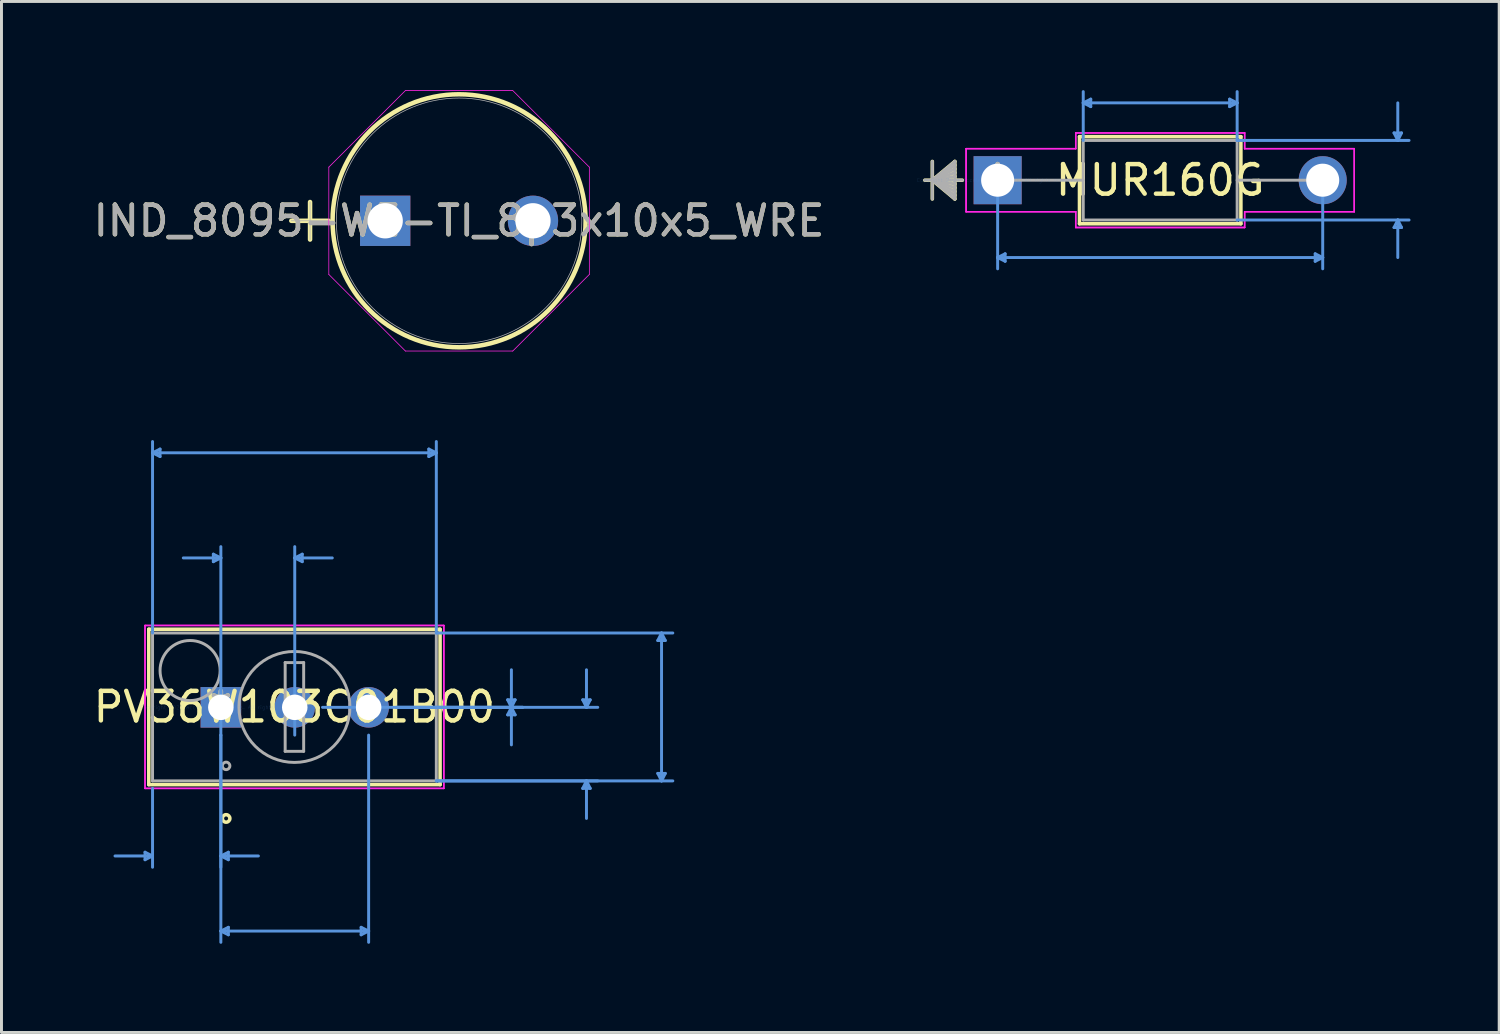
<source format=kicad_pcb>
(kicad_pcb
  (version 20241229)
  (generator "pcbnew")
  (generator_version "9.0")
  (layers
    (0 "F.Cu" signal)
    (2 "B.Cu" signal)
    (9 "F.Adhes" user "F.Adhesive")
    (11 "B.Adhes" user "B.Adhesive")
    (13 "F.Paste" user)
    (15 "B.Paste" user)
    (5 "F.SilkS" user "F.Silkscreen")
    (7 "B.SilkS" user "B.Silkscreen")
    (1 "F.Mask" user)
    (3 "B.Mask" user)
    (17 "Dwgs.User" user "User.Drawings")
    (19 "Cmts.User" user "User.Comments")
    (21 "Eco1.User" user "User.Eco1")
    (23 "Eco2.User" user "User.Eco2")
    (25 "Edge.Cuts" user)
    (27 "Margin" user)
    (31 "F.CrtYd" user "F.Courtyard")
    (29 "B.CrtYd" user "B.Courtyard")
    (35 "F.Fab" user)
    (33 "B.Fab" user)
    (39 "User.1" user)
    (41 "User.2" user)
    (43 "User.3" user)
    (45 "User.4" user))
  (footprint "PV36W103C01B00"
    (layer "F.Cu")
    (at 4.422 20.881)
    (property "Reference" "PV36W103C01B00" (at 2.489 -0.013 0) (layer "F.SilkS") (effects (font (size 1 1) (thickness 0.15))))
    (attr through_hole)
    (fp_line (start -2.438 -2.642) (end -2.438 2.616) (stroke (width 0.12) (type solid)) (layer "F.SilkS"))
    (fp_line (start -2.438 2.616) (end 7.417 2.616) (stroke (width 0.12) (type solid)) (layer "F.SilkS"))
    (fp_line (start 7.417 -2.642) (end -2.438 -2.642) (stroke (width 0.12) (type solid)) (layer "F.SilkS"))
    (fp_line (start 7.417 2.616) (end 7.417 -2.642) (stroke (width 0.12) (type solid)) (layer "F.SilkS"))
    (fp_circle (center 0.178 3.759) (end 0.305 3.759) (stroke (width 0.12) (type solid)) (fill no) (layer "F.SilkS"))
    (fp_line (start -2.565 4.902) (end -2.565 5.156) (stroke (width 0.1) (type solid)) (layer "Cmts.User"))
    (fp_line (start -2.311 -8.611) (end -2.057 -8.738) (stroke (width 0.1) (type solid)) (layer "Cmts.User"))
    (fp_line (start -2.311 -8.611) (end -2.057 -8.484) (stroke (width 0.1) (type solid)) (layer "Cmts.User"))
    (fp_line (start -2.311 -8.611) (end 7.29 -8.611) (stroke (width 0.1) (type solid)) (layer "Cmts.User"))
    (fp_line (start -2.311 -2.515) (end -2.311 -8.992) (stroke (width 0.1) (type solid)) (layer "Cmts.User"))
    (fp_line (start -2.311 2.743) (end -2.311 5.41) (stroke (width 0.1) (type solid)) (layer "Cmts.User"))
    (fp_line (start -2.311 5.029) (end -3.581 5.029) (stroke (width 0.1) (type solid)) (layer "Cmts.User"))
    (fp_line (start -2.311 5.029) (end -2.565 4.902) (stroke (width 0.1) (type solid)) (layer "Cmts.User"))
    (fp_line (start -2.311 5.029) (end -2.565 5.156) (stroke (width 0.1) (type solid)) (layer "Cmts.User"))
    (fp_line (start -2.057 -8.738) (end -2.057 -8.484) (stroke (width 0.1) (type solid)) (layer "Cmts.User"))
    (fp_line (start -0.254 -5.182) (end -0.254 -4.928) (stroke (width 0.1) (type solid)) (layer "Cmts.User"))
    (fp_line (start 0 -5.055) (end -1.27 -5.055) (stroke (width 0.1) (type solid)) (layer "Cmts.User"))
    (fp_line (start 0 -5.055) (end -0.254 -5.182) (stroke (width 0.1) (type solid)) (layer "Cmts.User"))
    (fp_line (start 0 -5.055) (end -0.254 -4.928) (stroke (width 0.1) (type solid)) (layer "Cmts.User"))
    (fp_line (start 0 0.94) (end 0 -5.436) (stroke (width 0.1) (type solid)) (layer "Cmts.User"))
    (fp_line (start 0 0.94) (end 0 5.41) (stroke (width 0.1) (type solid)) (layer "Cmts.User"))
    (fp_line (start 0 0.94) (end 0 7.95) (stroke (width 0.1) (type solid)) (layer "Cmts.User"))
    (fp_line (start 0 5.029) (end 0.254 4.902) (stroke (width 0.1) (type solid)) (layer "Cmts.User"))
    (fp_line (start 0 5.029) (end 0.254 5.156) (stroke (width 0.1) (type solid)) (layer "Cmts.User"))
    (fp_line (start 0 5.029) (end 1.27 5.029) (stroke (width 0.1) (type solid)) (layer "Cmts.User"))
    (fp_line (start 0 7.569) (end 0.254 7.442) (stroke (width 0.1) (type solid)) (layer "Cmts.User"))
    (fp_line (start 0 7.569) (end 0.254 7.696) (stroke (width 0.1) (type solid)) (layer "Cmts.User"))
    (fp_line (start 0 7.569) (end 5 7.569) (stroke (width 0.1) (type solid)) (layer "Cmts.User"))
    (fp_line (start 0.254 4.902) (end 0.254 5.156) (stroke (width 0.1) (type solid)) (layer "Cmts.User"))
    (fp_line (start 0.254 7.442) (end 0.254 7.696) (stroke (width 0.1) (type solid)) (layer "Cmts.User"))
    (fp_line (start 2.5 -5.055) (end 2.754 -5.182) (stroke (width 0.1) (type solid)) (layer "Cmts.User"))
    (fp_line (start 2.5 -5.055) (end 2.754 -4.928) (stroke (width 0.1) (type solid)) (layer "Cmts.User"))
    (fp_line (start 2.5 -5.055) (end 3.77 -5.055) (stroke (width 0.1) (type solid)) (layer "Cmts.User"))
    (fp_line (start 2.5 0.94) (end 2.5 -5.436) (stroke (width 0.1) (type solid)) (layer "Cmts.User"))
    (fp_line (start 2.754 -5.182) (end 2.754 -4.928) (stroke (width 0.1) (type solid)) (layer "Cmts.User"))
    (fp_line (start 3.44 0) (end 10.211 0) (stroke (width 0.1) (type solid)) (layer "Cmts.User"))
    (fp_line (start 4.746 7.442) (end 4.746 7.696) (stroke (width 0.1) (type solid)) (layer "Cmts.User"))
    (fp_line (start 5 0.94) (end 5 7.95) (stroke (width 0.1) (type solid)) (layer "Cmts.User"))
    (fp_line (start 5 7.569) (end 4.746 7.442) (stroke (width 0.1) (type solid)) (layer "Cmts.User"))
    (fp_line (start 5 7.569) (end 4.746 7.696) (stroke (width 0.1) (type solid)) (layer "Cmts.User"))
    (fp_line (start 5.94 0) (end 10.211 0) (stroke (width 0.1) (type solid)) (layer "Cmts.User"))
    (fp_line (start 5.94 0) (end 12.751 0) (stroke (width 0.1) (type solid)) (layer "Cmts.User"))
    (fp_line (start 7.036 -8.738) (end 7.036 -8.484) (stroke (width 0.1) (type solid)) (layer "Cmts.User"))
    (fp_line (start 7.29 -8.611) (end 7.036 -8.738) (stroke (width 0.1) (type solid)) (layer "Cmts.User"))
    (fp_line (start 7.29 -8.611) (end 7.036 -8.484) (stroke (width 0.1) (type solid)) (layer "Cmts.User"))
    (fp_line (start 7.29 -2.515) (end 7.29 -8.992) (stroke (width 0.1) (type solid)) (layer "Cmts.User"))
    (fp_line (start 7.29 -2.515) (end 15.291 -2.515) (stroke (width 0.1) (type solid)) (layer "Cmts.User"))
    (fp_line (start 7.29 2.489) (end 12.751 2.489) (stroke (width 0.1) (type solid)) (layer "Cmts.User"))
    (fp_line (start 7.29 2.489) (end 15.291 2.489) (stroke (width 0.1) (type solid)) (layer "Cmts.User"))
    (fp_line (start 9.703 -0.254) (end 9.957 -0.254) (stroke (width 0.1) (type solid)) (layer "Cmts.User"))
    (fp_line (start 9.703 0.254) (end 9.957 0.254) (stroke (width 0.1) (type solid)) (layer "Cmts.User"))
    (fp_line (start 9.83 0) (end 9.703 -0.254) (stroke (width 0.1) (type solid)) (layer "Cmts.User"))
    (fp_line (start 9.83 0) (end 9.703 0.254) (stroke (width 0.1) (type solid)) (layer "Cmts.User"))
    (fp_line (start 9.83 0) (end 9.83 -1.27) (stroke (width 0.1) (type solid)) (layer "Cmts.User"))
    (fp_line (start 9.83 0) (end 9.83 1.27) (stroke (width 0.1) (type solid)) (layer "Cmts.User"))
    (fp_line (start 9.83 0) (end 9.957 -0.254) (stroke (width 0.1) (type solid)) (layer "Cmts.User"))
    (fp_line (start 9.83 0) (end 9.957 0.254) (stroke (width 0.1) (type solid)) (layer "Cmts.User"))
    (fp_line (start 12.243 -0.254) (end 12.497 -0.254) (stroke (width 0.1) (type solid)) (layer "Cmts.User"))
    (fp_line (start 12.243 2.743) (end 12.497 2.743) (stroke (width 0.1) (type solid)) (layer "Cmts.User"))
    (fp_line (start 12.37 0) (end 12.243 -0.254) (stroke (width 0.1) (type solid)) (layer "Cmts.User"))
    (fp_line (start 12.37 0) (end 12.37 -1.27) (stroke (width 0.1) (type solid)) (layer "Cmts.User"))
    (fp_line (start 12.37 0) (end 12.497 -0.254) (stroke (width 0.1) (type solid)) (layer "Cmts.User"))
    (fp_line (start 12.37 2.489) (end 12.243 2.743) (stroke (width 0.1) (type solid)) (layer "Cmts.User"))
    (fp_line (start 12.37 2.489) (end 12.37 3.759) (stroke (width 0.1) (type solid)) (layer "Cmts.User"))
    (fp_line (start 12.37 2.489) (end 12.497 2.743) (stroke (width 0.1) (type solid)) (layer "Cmts.User"))
    (fp_line (start 14.783 -2.261) (end 15.037 -2.261) (stroke (width 0.1) (type solid)) (layer "Cmts.User"))
    (fp_line (start 14.783 2.235) (end 15.037 2.235) (stroke (width 0.1) (type solid)) (layer "Cmts.User"))
    (fp_line (start 14.91 -2.515) (end 14.783 -2.261) (stroke (width 0.1) (type solid)) (layer "Cmts.User"))
    (fp_line (start 14.91 -2.515) (end 14.91 2.489) (stroke (width 0.1) (type solid)) (layer "Cmts.User"))
    (fp_line (start 14.91 -2.515) (end 15.037 -2.261) (stroke (width 0.1) (type solid)) (layer "Cmts.User"))
    (fp_line (start 14.91 2.489) (end 14.783 2.235) (stroke (width 0.1) (type solid)) (layer "Cmts.User"))
    (fp_line (start 14.91 2.489) (end 15.037 2.235) (stroke (width 0.1) (type solid)) (layer "Cmts.User"))
    (fp_line (start -2.565 -2.769) (end 7.544 -2.769) (stroke (width 0.05) (type solid)) (layer "F.CrtYd"))
    (fp_line (start -2.565 -2.769) (end 7.544 -2.769) (stroke (width 0.05) (type solid)) (layer "F.CrtYd"))
    (fp_line (start -2.565 2.743) (end -2.565 -2.769) (stroke (width 0.05) (type solid)) (layer "F.CrtYd"))
    (fp_line (start -2.565 2.743) (end -2.565 -2.769) (stroke (width 0.05) (type solid)) (layer "F.CrtYd"))
    (fp_line (start 7.544 -2.769) (end 7.544 2.743) (stroke (width 0.05) (type solid)) (layer "F.CrtYd"))
    (fp_line (start 7.544 -2.769) (end 7.544 2.743) (stroke (width 0.05) (type solid)) (layer "F.CrtYd"))
    (fp_line (start 7.544 2.743) (end -2.565 2.743) (stroke (width 0.05) (type solid)) (layer "F.CrtYd"))
    (fp_line (start 7.544 2.743) (end -2.565 2.743) (stroke (width 0.05) (type solid)) (layer "F.CrtYd"))
    (fp_line (start -2.311 -2.515) (end -2.311 2.489) (stroke (width 0.1) (type solid)) (layer "F.Fab"))
    (fp_line (start -2.311 2.489) (end 7.29 2.489) (stroke (width 0.1) (type solid)) (layer "F.Fab"))
    (fp_line (start 2.176 -1.514) (end 2.176 1.488) (stroke (width 0.1) (type solid)) (layer "F.Fab"))
    (fp_line (start 2.176 -1.514) (end 2.802 -1.514) (stroke (width 0.1) (type solid)) (layer "F.Fab"))
    (fp_line (start 2.176 1.488) (end 2.802 1.488) (stroke (width 0.1) (type solid)) (layer "F.Fab"))
    (fp_line (start 2.802 -1.514) (end 2.802 1.488) (stroke (width 0.1) (type solid)) (layer "F.Fab"))
    (fp_line (start 7.29 -2.515) (end -2.311 -2.515) (stroke (width 0.1) (type solid)) (layer "F.Fab"))
    (fp_line (start 7.29 2.489) (end 7.29 -2.515) (stroke (width 0.1) (type solid)) (layer "F.Fab"))
    (fp_circle (center -1.041 -1.245) (end -0.025 -1.245) (stroke (width 0.1) (type solid)) (fill no) (layer "F.Fab"))
    (fp_circle (center 0.178 1.981) (end 0.305 1.981) (stroke (width 0.1) (type solid)) (fill no) (layer "F.Fab"))
    (fp_circle (center 2.489 -0.013) (end 4.366 -0.013) (stroke (width 0.1) (type solid)) (fill no) (layer "F.Fab"))
    (fp_text user "*" (at 0 0 0) (layer "F.SilkS") (effects (font (size 1 1) (thickness 0.15))))
    (fp_text user "Copyright 2021 Accelerated Designs. All rights reserved." (at 0 0 0) (layer "Cmts.User") (effects (font (size 0.127 0.127) (thickness 0.002))))
    (fp_text user "*" (at 0 0 0) (layer "F.Fab") (effects (font (size 1 1) (thickness 0.15))))
    (pad "1" thru_hole rect (at 0 0) (size 1.372 1.372) (drill 0.864) (layers "*.Cu" "*.Mask"))
    (pad "2" thru_hole circle (at 2.5 0) (size 1.372 1.372) (drill 0.864) (layers "*.Cu" "*.Mask"))
    (pad "3" thru_hole circle (at 5 0) (size 1.372 1.372) (drill 0.864) (layers "*.Cu" "*.Mask")))
  (footprint "MUR160G"
    (layer "F.Cu")
    (at 30.703 3.047)
    (property "Reference" "MUR160G" (at 5.499 0 0) (layer "F.SilkS") (effects (font (size 1 1) (thickness 0.15))))
    (attr through_hole)
    (fp_line (start -2.21 -0.635) (end -2.21 0.635) (stroke (width 0.12) (type solid)) (layer "F.SilkS"))
    (fp_line (start -2.21 0) (end -1.448 -0.635) (stroke (width 0.12) (type solid)) (layer "F.SilkS"))
    (fp_line (start -2.21 0) (end -1.448 -0.508) (stroke (width 0.12) (type solid)) (layer "F.SilkS"))
    (fp_line (start -2.21 0) (end -1.448 -0.381) (stroke (width 0.12) (type solid)) (layer "F.SilkS"))
    (fp_line (start -2.21 0) (end -1.448 -0.254) (stroke (width 0.12) (type solid)) (layer "F.SilkS"))
    (fp_line (start -2.21 0) (end -1.448 -0.127) (stroke (width 0.12) (type solid)) (layer "F.SilkS"))
    (fp_line (start -2.21 0) (end -1.448 0.127) (stroke (width 0.12) (type solid)) (layer "F.SilkS"))
    (fp_line (start -2.21 0) (end -1.448 0.254) (stroke (width 0.12) (type solid)) (layer "F.SilkS"))
    (fp_line (start -2.21 0) (end -1.448 0.381) (stroke (width 0.12) (type solid)) (layer "F.SilkS"))
    (fp_line (start -2.21 0) (end -1.448 0.508) (stroke (width 0.12) (type solid)) (layer "F.SilkS"))
    (fp_line (start -2.21 0) (end -1.448 0.635) (stroke (width 0.12) (type solid)) (layer "F.SilkS"))
    (fp_line (start -1.448 -0.635) (end -1.448 0.635) (stroke (width 0.12) (type solid)) (layer "F.SilkS"))
    (fp_line (start -1.194 0) (end -2.464 0) (stroke (width 0.12) (type solid)) (layer "F.SilkS"))
    (fp_line (start 2.769 -1.473) (end 2.769 1.473) (stroke (width 0.12) (type solid)) (layer "F.SilkS"))
    (fp_line (start 2.769 1.473) (end 8.23 1.473) (stroke (width 0.12) (type solid)) (layer "F.SilkS"))
    (fp_line (start 8.23 -1.473) (end 2.769 -1.473) (stroke (width 0.12) (type solid)) (layer "F.SilkS"))
    (fp_line (start 8.23 1.473) (end 8.23 -1.473) (stroke (width 0.12) (type solid)) (layer "F.SilkS"))
    (fp_line (start 0 0) (end 0 2.997) (stroke (width 0.1) (type solid)) (layer "Cmts.User"))
    (fp_line (start 0 2.616) (end 0.254 2.489) (stroke (width 0.1) (type solid)) (layer "Cmts.User"))
    (fp_line (start 0 2.616) (end 0.254 2.743) (stroke (width 0.1) (type solid)) (layer "Cmts.User"))
    (fp_line (start 0 2.616) (end 10.998 2.616) (stroke (width 0.1) (type solid)) (layer "Cmts.User"))
    (fp_line (start 0.254 2.489) (end 0.254 2.743) (stroke (width 0.1) (type solid)) (layer "Cmts.User"))
    (fp_line (start 2.896 -2.616) (end 3.15 -2.743) (stroke (width 0.1) (type solid)) (layer "Cmts.User"))
    (fp_line (start 2.896 -2.616) (end 3.15 -2.489) (stroke (width 0.1) (type solid)) (layer "Cmts.User"))
    (fp_line (start 2.896 -2.616) (end 8.103 -2.616) (stroke (width 0.1) (type solid)) (layer "Cmts.User"))
    (fp_line (start 2.896 -1.346) (end 2.896 -2.997) (stroke (width 0.1) (type solid)) (layer "Cmts.User"))
    (fp_line (start 3.15 -2.743) (end 3.15 -2.489) (stroke (width 0.1) (type solid)) (layer "Cmts.User"))
    (fp_line (start 7.849 -2.743) (end 7.849 -2.489) (stroke (width 0.1) (type solid)) (layer "Cmts.User"))
    (fp_line (start 8.103 -2.616) (end 7.849 -2.743) (stroke (width 0.1) (type solid)) (layer "Cmts.User"))
    (fp_line (start 8.103 -2.616) (end 7.849 -2.489) (stroke (width 0.1) (type solid)) (layer "Cmts.User"))
    (fp_line (start 8.103 -1.346) (end 8.103 -2.997) (stroke (width 0.1) (type solid)) (layer "Cmts.User"))
    (fp_line (start 8.103 -1.346) (end 13.919 -1.346) (stroke (width 0.1) (type solid)) (layer "Cmts.User"))
    (fp_line (start 8.103 1.346) (end 13.919 1.346) (stroke (width 0.1) (type solid)) (layer "Cmts.User"))
    (fp_line (start 10.744 2.489) (end 10.744 2.743) (stroke (width 0.1) (type solid)) (layer "Cmts.User"))
    (fp_line (start 10.998 0) (end 10.998 2.997) (stroke (width 0.1) (type solid)) (layer "Cmts.User"))
    (fp_line (start 10.998 2.616) (end 10.744 2.489) (stroke (width 0.1) (type solid)) (layer "Cmts.User"))
    (fp_line (start 10.998 2.616) (end 10.744 2.743) (stroke (width 0.1) (type solid)) (layer "Cmts.User"))
    (fp_line (start 13.411 -1.6) (end 13.665 -1.6) (stroke (width 0.1) (type solid)) (layer "Cmts.User"))
    (fp_line (start 13.411 1.6) (end 13.665 1.6) (stroke (width 0.1) (type solid)) (layer "Cmts.User"))
    (fp_line (start 13.538 -1.346) (end 13.411 -1.6) (stroke (width 0.1) (type solid)) (layer "Cmts.User"))
    (fp_line (start 13.538 -1.346) (end 13.538 -2.616) (stroke (width 0.1) (type solid)) (layer "Cmts.User"))
    (fp_line (start 13.538 -1.346) (end 13.665 -1.6) (stroke (width 0.1) (type solid)) (layer "Cmts.User"))
    (fp_line (start 13.538 1.346) (end 13.411 1.6) (stroke (width 0.1) (type solid)) (layer "Cmts.User"))
    (fp_line (start 13.538 1.346) (end 13.538 2.616) (stroke (width 0.1) (type solid)) (layer "Cmts.User"))
    (fp_line (start 13.538 1.346) (end 13.665 1.6) (stroke (width 0.1) (type solid)) (layer "Cmts.User"))
    (fp_line (start -1.067 -1.067) (end 2.642 -1.067) (stroke (width 0.05) (type solid)) (layer "F.CrtYd"))
    (fp_line (start -1.067 -1.067) (end 2.642 -1.067) (stroke (width 0.05) (type solid)) (layer "F.CrtYd"))
    (fp_line (start -1.067 1.067) (end -1.067 -1.067) (stroke (width 0.05) (type solid)) (layer "F.CrtYd"))
    (fp_line (start -1.067 1.067) (end -1.067 -1.067) (stroke (width 0.05) (type solid)) (layer "F.CrtYd"))
    (fp_line (start 2.642 -1.6) (end 8.357 -1.6) (stroke (width 0.05) (type solid)) (layer "F.CrtYd"))
    (fp_line (start 2.642 -1.6) (end 8.357 -1.6) (stroke (width 0.05) (type solid)) (layer "F.CrtYd"))
    (fp_line (start 2.642 -1.067) (end 2.642 -1.6) (stroke (width 0.05) (type solid)) (layer "F.CrtYd"))
    (fp_line (start 2.642 -1.067) (end 2.642 -1.6) (stroke (width 0.05) (type solid)) (layer "F.CrtYd"))
    (fp_line (start 2.642 1.067) (end -1.067 1.067) (stroke (width 0.05) (type solid)) (layer "F.CrtYd"))
    (fp_line (start 2.642 1.067) (end -1.067 1.067) (stroke (width 0.05) (type solid)) (layer "F.CrtYd"))
    (fp_line (start 2.642 1.6) (end 2.642 1.067) (stroke (width 0.05) (type solid)) (layer "F.CrtYd"))
    (fp_line (start 2.642 1.6) (end 2.642 1.067) (stroke (width 0.05) (type solid)) (layer "F.CrtYd"))
    (fp_line (start 8.357 -1.6) (end 8.357 -1.067) (stroke (width 0.05) (type solid)) (layer "F.CrtYd"))
    (fp_line (start 8.357 -1.6) (end 8.357 -1.067) (stroke (width 0.05) (type solid)) (layer "F.CrtYd"))
    (fp_line (start 8.357 -1.067) (end 12.065 -1.067) (stroke (width 0.05) (type solid)) (layer "F.CrtYd"))
    (fp_line (start 8.357 -1.067) (end 12.065 -1.067) (stroke (width 0.05) (type solid)) (layer "F.CrtYd"))
    (fp_line (start 8.357 1.067) (end 8.357 1.6) (stroke (width 0.05) (type solid)) (layer "F.CrtYd"))
    (fp_line (start 8.357 1.067) (end 8.357 1.6) (stroke (width 0.05) (type solid)) (layer "F.CrtYd"))
    (fp_line (start 8.357 1.6) (end 2.642 1.6) (stroke (width 0.05) (type solid)) (layer "F.CrtYd"))
    (fp_line (start 8.357 1.6) (end 2.642 1.6) (stroke (width 0.05) (type solid)) (layer "F.CrtYd"))
    (fp_line (start 12.065 -1.067) (end 12.065 1.067) (stroke (width 0.05) (type solid)) (layer "F.CrtYd"))
    (fp_line (start 12.065 -1.067) (end 12.065 1.067) (stroke (width 0.05) (type solid)) (layer "F.CrtYd"))
    (fp_line (start 12.065 1.067) (end 8.357 1.067) (stroke (width 0.05) (type solid)) (layer "F.CrtYd"))
    (fp_line (start 12.065 1.067) (end 8.357 1.067) (stroke (width 0.05) (type solid)) (layer "F.CrtYd"))
    (fp_line (start -2.21 -0.635) (end -2.21 0.635) (stroke (width 0.1) (type solid)) (layer "F.Fab"))
    (fp_line (start -2.21 0) (end -1.448 -0.635) (stroke (width 0.1) (type solid)) (layer "F.Fab"))
    (fp_line (start -2.21 0) (end -1.448 -0.508) (stroke (width 0.1) (type solid)) (layer "F.Fab"))
    (fp_line (start -2.21 0) (end -1.448 -0.381) (stroke (width 0.1) (type solid)) (layer "F.Fab"))
    (fp_line (start -2.21 0) (end -1.448 -0.254) (stroke (width 0.1) (type solid)) (layer "F.Fab"))
    (fp_line (start -2.21 0) (end -1.448 -0.127) (stroke (width 0.1) (type solid)) (layer "F.Fab"))
    (fp_line (start -2.21 0) (end -1.448 0.127) (stroke (width 0.1) (type solid)) (layer "F.Fab"))
    (fp_line (start -2.21 0) (end -1.448 0.254) (stroke (width 0.1) (type solid)) (layer "F.Fab"))
    (fp_line (start -2.21 0) (end -1.448 0.381) (stroke (width 0.1) (type solid)) (layer "F.Fab"))
    (fp_line (start -2.21 0) (end -1.448 0.508) (stroke (width 0.1) (type solid)) (layer "F.Fab"))
    (fp_line (start -2.21 0) (end -1.448 0.635) (stroke (width 0.1) (type solid)) (layer "F.Fab"))
    (fp_line (start -1.448 -0.635) (end -1.448 0.635) (stroke (width 0.1) (type solid)) (layer "F.Fab"))
    (fp_line (start -1.194 0) (end -2.464 0) (stroke (width 0.1) (type solid)) (layer "F.Fab"))
    (fp_line (start 0 0) (end 2.896 0) (stroke (width 0.1) (type solid)) (layer "F.Fab"))
    (fp_line (start 2.896 -1.346) (end 2.896 1.346) (stroke (width 0.1) (type solid)) (layer "F.Fab"))
    (fp_line (start 2.896 1.346) (end 8.103 1.346) (stroke (width 0.1) (type solid)) (layer "F.Fab"))
    (fp_line (start 8.103 -1.346) (end 2.896 -1.346) (stroke (width 0.1) (type solid)) (layer "F.Fab"))
    (fp_line (start 8.103 1.346) (end 8.103 -1.346) (stroke (width 0.1) (type solid)) (layer "F.Fab"))
    (fp_line (start 10.998 0) (end 8.103 0) (stroke (width 0.1) (type solid)) (layer "F.Fab"))
    (fp_text user "*" (at 0 0 0) (layer "F.SilkS") (effects (font (size 1 1) (thickness 0.15))))
    (fp_text user "Copyright 2021 Accelerated Designs. All rights reserved." (at 0 0 0) (layer "Cmts.User") (effects (font (size 0.127 0.127) (thickness 0.002))))
    (fp_text user "*" (at 0 0 0) (layer "F.Fab") (effects (font (size 1 1) (thickness 0.15))))
    (pad "1" thru_hole rect (at 0 0) (size 1.626 1.626) (drill 1.118) (layers "*.Cu" "*.Mask"))
    (pad "2" thru_hole circle (at 10.998 0) (size 1.626 1.626) (drill 1.118) (layers "*.Cu" "*.Mask")))
  (footprint "IND_8095-WE-TI_8p3x10x5_WRE"
    (layer "F.Cu")
    (at 9.982 4.42)
    (property "Reference" "IND_8095-WE-TI_8p3x10x5_WRE" (at 2.5 0 0) (unlocked yes) (layer "F.SilkS") (effects (font (size 1 1) (thickness 0.15))))
    (attr through_hole)
    (fp_line (start -3.177 0) (end -1.907 0) (stroke (width 0.152) (type solid)) (layer "F.SilkS"))
    (fp_line (start -2.542 -0.635) (end -2.542 0.635) (stroke (width 0.152) (type solid)) (layer "F.SilkS"))
    (fp_circle (center 2.5 0) (end 6.78 0) (stroke (width 0.152) (type solid)) (fill no) (layer "F.SilkS"))
    (fp_line (start -1.907 -1.815) (end 0.685 -4.407) (stroke (width 0.025) (type solid)) (layer "F.CrtYd"))
    (fp_line (start -1.907 1.815) (end -1.907 -1.815) (stroke (width 0.025) (type solid)) (layer "F.CrtYd"))
    (fp_line (start 0.685 -4.407) (end 4.315 -4.407) (stroke (width 0.025) (type solid)) (layer "F.CrtYd"))
    (fp_line (start 0.685 4.407) (end -1.907 1.815) (stroke (width 0.025) (type solid)) (layer "F.CrtYd"))
    (fp_line (start 4.315 -4.407) (end 6.907 -1.815) (stroke (width 0.025) (type solid)) (layer "F.CrtYd"))
    (fp_line (start 4.315 4.407) (end 0.685 4.407) (stroke (width 0.025) (type solid)) (layer "F.CrtYd"))
    (fp_line (start 6.907 -1.815) (end 6.907 1.815) (stroke (width 0.025) (type solid)) (layer "F.CrtYd"))
    (fp_line (start 6.907 1.815) (end 4.315 4.407) (stroke (width 0.025) (type solid)) (layer "F.CrtYd"))
    (fp_line (start -3.177 0) (end -1.907 0) (stroke (width 0.025) (type solid)) (layer "F.Fab"))
    (fp_line (start -2.542 -0.635) (end -2.542 0.635) (stroke (width 0.025) (type solid)) (layer "F.Fab"))
    (fp_circle (center 2.5 0) (end 6.653 0) (stroke (width 0.025) (type solid)) (fill no) (layer "F.Fab"))
    (fp_text user "${REFERENCE}" (at 2.5 0 0) (unlocked yes) (layer "F.Fab") (effects (font (size 1 1) (thickness 0.15))))
    (pad "1" thru_hole rect (at 0 0) (size 1.702 1.702) (drill 1.194) (layers "*.Cu" "*.Mask"))
    (pad "2" thru_hole circle (at 5 0) (size 1.702 1.702) (drill 1.194) (layers "*.Cu" "*.Mask")))
  (gr_rect
    (start -3 -3)
    (end 47.672 31.881)
    (stroke (width 0.1) (type default))
    (fill no)
    (layer "Edge.Cuts")))
</source>
